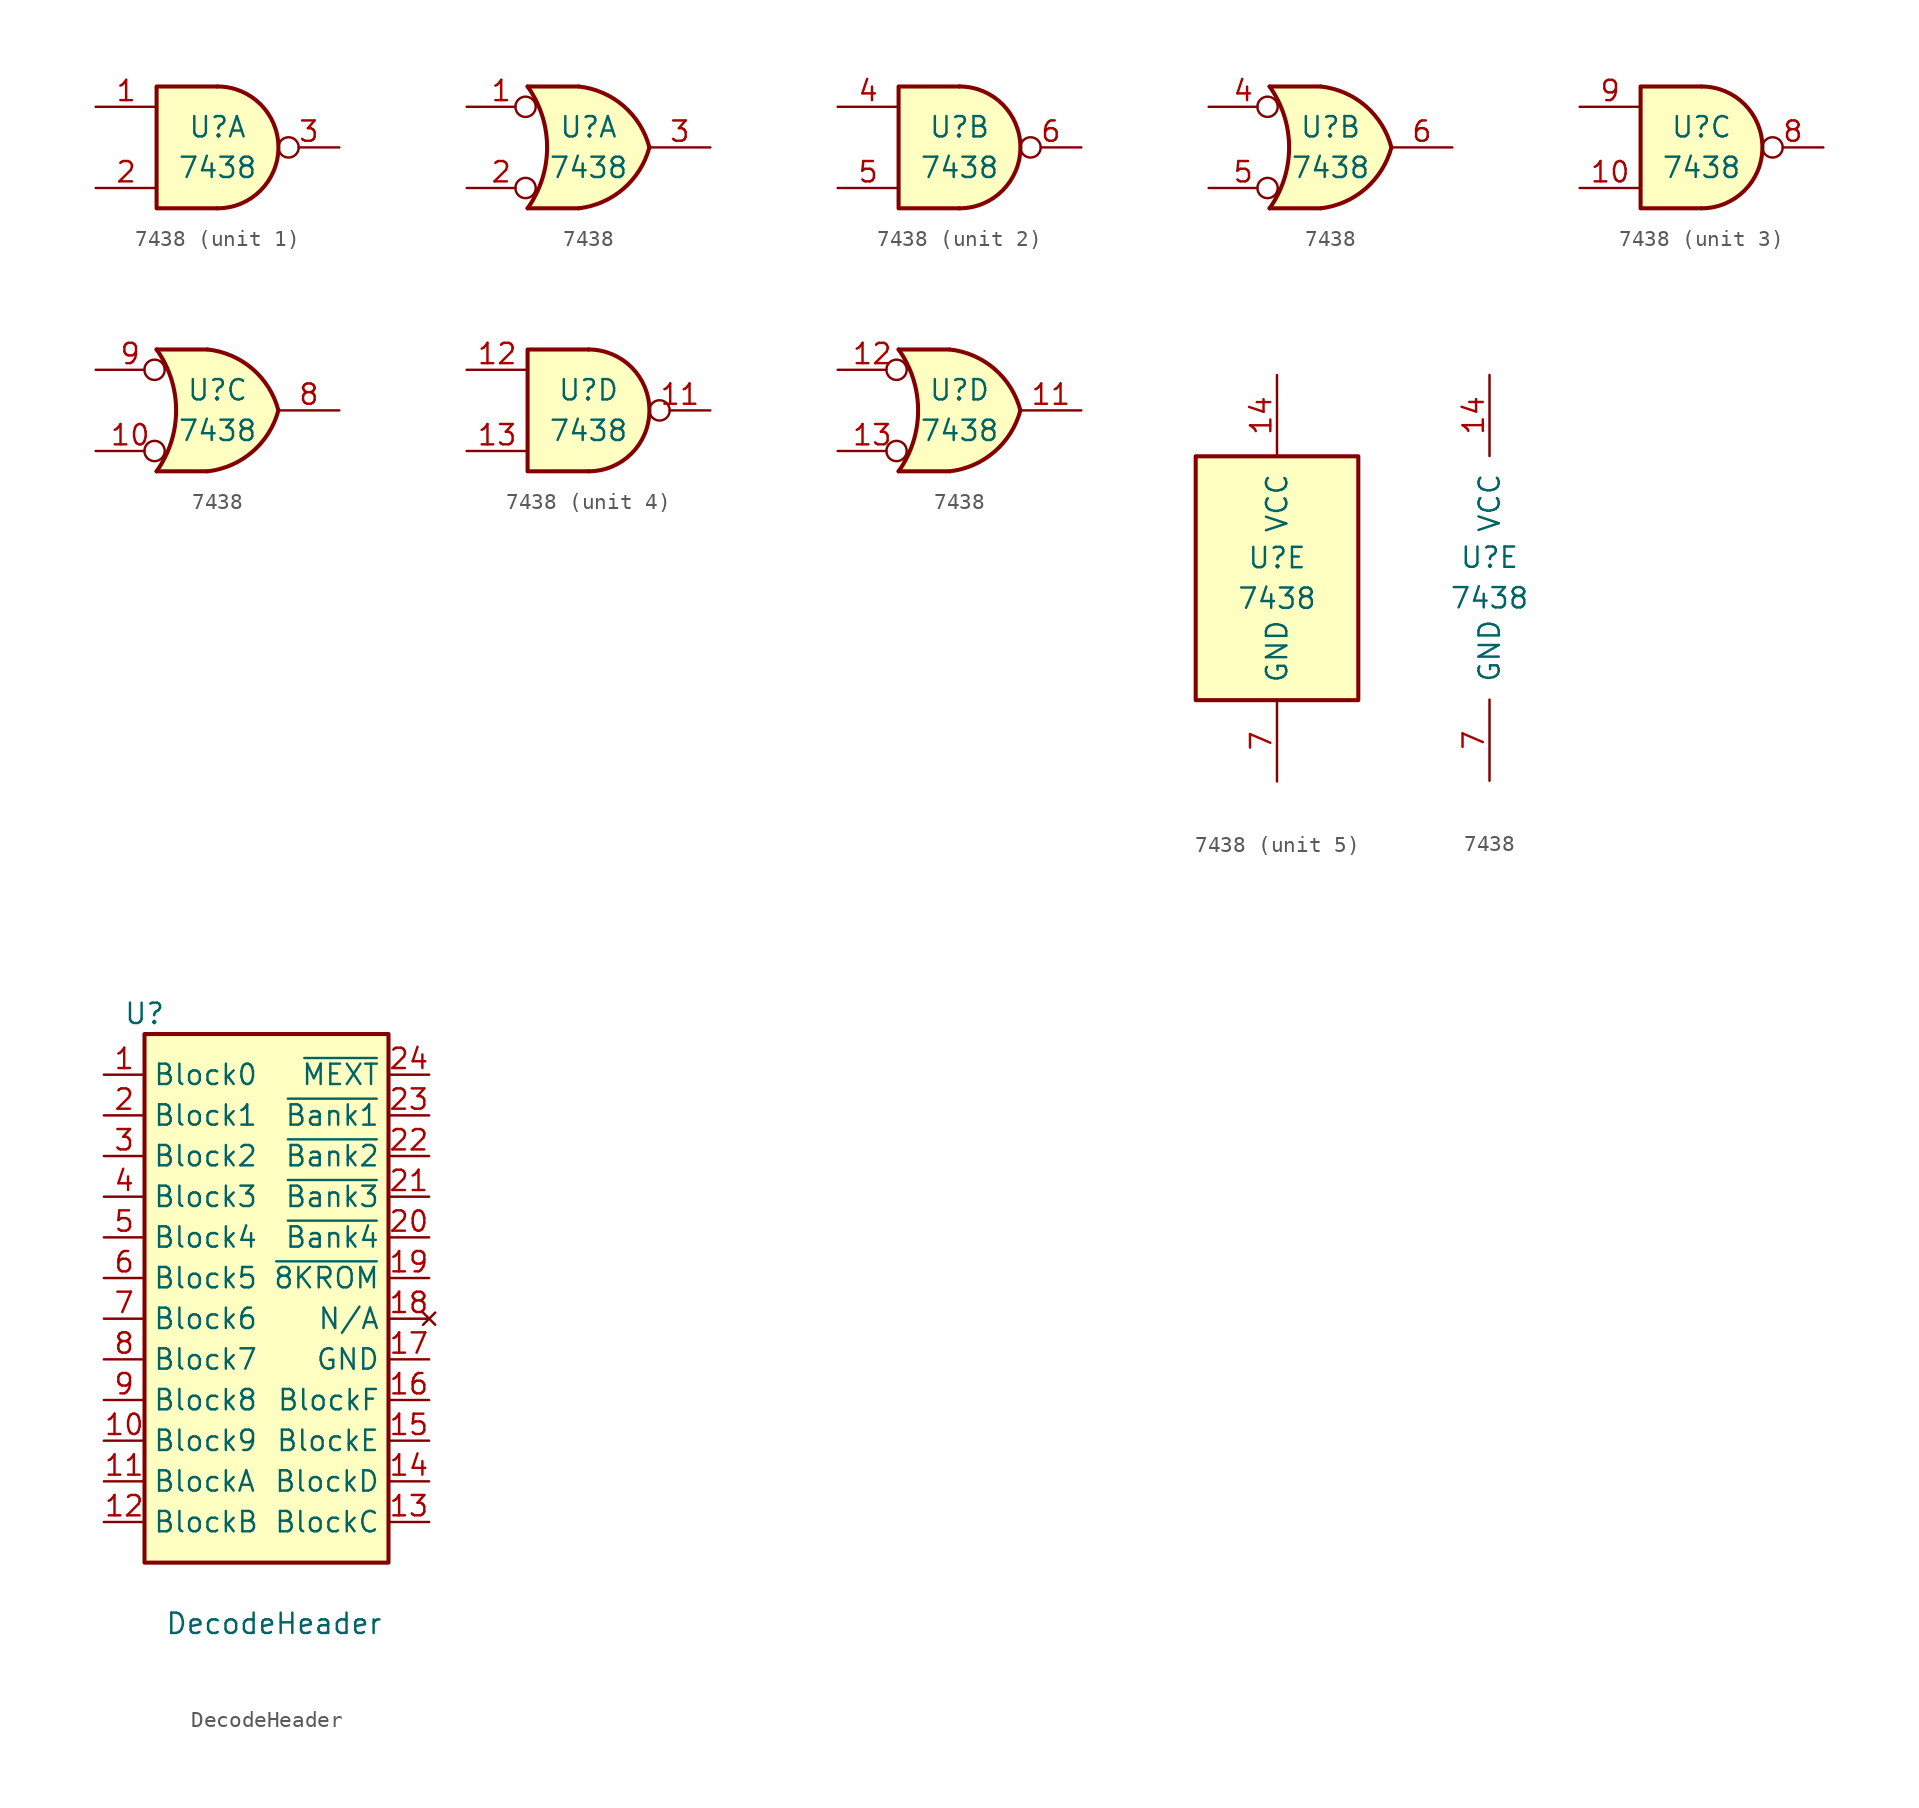
<source format=kicad_sym>
(kicad_symbol_lib
  (version 20220914)
  (generator kicad_symbol_editor)
  (symbol "7438"
    (pin_names
      (offset 1.016))
    (property "Reference" "U"
      (at 0 1.27 0)
      (effects (font (size 1.27 1.27))))
    (property "Value" "7438"
      (at 0 -1.27 0)
      (effects (font (size 1.27 1.27))))
    (property "ki_locked" ""
      (at 0 0 0)
      (effects (font (size 1.27 1.27))))
    (symbol "7438_1_1"
      (arc (start 0 -3.81) (mid 3.7934 0) (end 0 3.81) (stroke (width 0.254) (type default)) (fill (type background)))
      (polyline (pts (xy 0 3.81) (xy -3.81 3.81) (xy -3.81 -3.81) (xy 0 -3.81)) (stroke (width 0.254) (type default)) (fill (type background)))
      (pin input line (at -7.62 2.54 0) (length 3.81) (name "~" (effects (font (size 1.27 1.27)))) (number "1" (effects (font (size 1.27 1.27)))))
      (pin input line (at -7.62 -2.54 0) (length 3.81) (name "~" (effects (font (size 1.27 1.27)))) (number "2" (effects (font (size 1.27 1.27)))))
      (pin open_collector inverted (at 7.62 0 180) (length 3.81) (name "~" (effects (font (size 1.27 1.27)))) (number "3" (effects (font (size 1.27 1.27))))))
    (symbol "7438_1_2"
      (arc (start -3.81 -3.81) (mid -2.589 0) (end -3.81 3.81) (stroke (width 0.254) (type default)) (fill (type none)))
      (arc (start -0.6096 -3.81) (mid 2.1842 -2.5851) (end 3.81 0) (stroke (width 0.254) (type default)) (fill (type background)))
      (polyline (pts (xy -3.81 -3.81) (xy -0.635 -3.81)) (stroke (width 0.254) (type default)) (fill (type background)))
      (polyline (pts (xy -3.81 3.81) (xy -0.635 3.81)) (stroke (width 0.254) (type default)) (fill (type background)))
      (polyline (pts (xy -0.635 3.81) (xy -3.81 3.81) (xy -3.81 3.81) (xy -3.556 3.404) (xy -3.023 2.261) (xy -2.692 1.041) (xy -2.616 -0.254) (xy -2.769 -1.499) (xy -3.175 -2.718) (xy -3.81 -3.81) (xy -3.81 -3.81) (xy -0.635 -3.81)) (stroke (width -25.4) (type default)) (fill (type background)))
      (arc (start 3.81 0) (mid 2.1915 2.5936) (end -0.6096 3.81) (stroke (width 0.254) (type default)) (fill (type background)))
      (pin input inverted (at -7.62 2.54 0) (length 4.318) (name "~" (effects (font (size 1.27 1.27)))) (number "1" (effects (font (size 1.27 1.27)))))
      (pin input inverted (at -7.62 -2.54 0) (length 4.318) (name "~" (effects (font (size 1.27 1.27)))) (number "2" (effects (font (size 1.27 1.27)))))
      (pin open_collector line (at 7.62 0 180) (length 3.81) (name "~" (effects (font (size 1.27 1.27)))) (number "3" (effects (font (size 1.27 1.27))))))
    (symbol "7438_2_1"
      (arc (start 0 -3.81) (mid 3.7934 0) (end 0 3.81) (stroke (width 0.254) (type default)) (fill (type background)))
      (polyline (pts (xy 0 3.81) (xy -3.81 3.81) (xy -3.81 -3.81) (xy 0 -3.81)) (stroke (width 0.254) (type default)) (fill (type background)))
      (pin input line (at -7.62 2.54 0) (length 3.81) (name "~" (effects (font (size 1.27 1.27)))) (number "4" (effects (font (size 1.27 1.27)))))
      (pin input line (at -7.62 -2.54 0) (length 3.81) (name "~" (effects (font (size 1.27 1.27)))) (number "5" (effects (font (size 1.27 1.27)))))
      (pin open_collector inverted (at 7.62 0 180) (length 3.81) (name "~" (effects (font (size 1.27 1.27)))) (number "6" (effects (font (size 1.27 1.27))))))
    (symbol "7438_2_2"
      (arc (start -3.81 -3.81) (mid -2.589 0) (end -3.81 3.81) (stroke (width 0.254) (type default)) (fill (type none)))
      (arc (start -0.6096 -3.81) (mid 2.1842 -2.5851) (end 3.81 0) (stroke (width 0.254) (type default)) (fill (type background)))
      (polyline (pts (xy -3.81 -3.81) (xy -0.635 -3.81)) (stroke (width 0.254) (type default)) (fill (type background)))
      (polyline (pts (xy -3.81 3.81) (xy -0.635 3.81)) (stroke (width 0.254) (type default)) (fill (type background)))
      (polyline (pts (xy -0.635 3.81) (xy -3.81 3.81) (xy -3.81 3.81) (xy -3.556 3.404) (xy -3.023 2.261) (xy -2.692 1.041) (xy -2.616 -0.254) (xy -2.769 -1.499) (xy -3.175 -2.718) (xy -3.81 -3.81) (xy -3.81 -3.81) (xy -0.635 -3.81)) (stroke (width -25.4) (type default)) (fill (type background)))
      (arc (start 3.81 0) (mid 2.1915 2.5936) (end -0.6096 3.81) (stroke (width 0.254) (type default)) (fill (type background)))
      (pin input inverted (at -7.62 2.54 0) (length 4.318) (name "~" (effects (font (size 1.27 1.27)))) (number "4" (effects (font (size 1.27 1.27)))))
      (pin input inverted (at -7.62 -2.54 0) (length 4.318) (name "~" (effects (font (size 1.27 1.27)))) (number "5" (effects (font (size 1.27 1.27)))))
      (pin open_collector line (at 7.62 0 180) (length 3.81) (name "~" (effects (font (size 1.27 1.27)))) (number "6" (effects (font (size 1.27 1.27))))))
    (symbol "7438_3_1"
      (arc (start 0 -3.81) (mid 3.7934 0) (end 0 3.81) (stroke (width 0.254) (type default)) (fill (type background)))
      (polyline (pts (xy 0 3.81) (xy -3.81 3.81) (xy -3.81 -3.81) (xy 0 -3.81)) (stroke (width 0.254) (type default)) (fill (type background)))
      (pin input line (at -7.62 -2.54 0) (length 3.81) (name "~" (effects (font (size 1.27 1.27)))) (number "10" (effects (font (size 1.27 1.27)))))
      (pin open_collector inverted (at 7.62 0 180) (length 3.81) (name "~" (effects (font (size 1.27 1.27)))) (number "8" (effects (font (size 1.27 1.27)))))
      (pin input line (at -7.62 2.54 0) (length 3.81) (name "~" (effects (font (size 1.27 1.27)))) (number "9" (effects (font (size 1.27 1.27))))))
    (symbol "7438_3_2"
      (arc (start -3.81 -3.81) (mid -2.589 0) (end -3.81 3.81) (stroke (width 0.254) (type default)) (fill (type none)))
      (arc (start -0.6096 -3.81) (mid 2.1842 -2.5851) (end 3.81 0) (stroke (width 0.254) (type default)) (fill (type background)))
      (polyline (pts (xy -3.81 -3.81) (xy -0.635 -3.81)) (stroke (width 0.254) (type default)) (fill (type background)))
      (polyline (pts (xy -3.81 3.81) (xy -0.635 3.81)) (stroke (width 0.254) (type default)) (fill (type background)))
      (polyline (pts (xy -0.635 3.81) (xy -3.81 3.81) (xy -3.81 3.81) (xy -3.556 3.404) (xy -3.023 2.261) (xy -2.692 1.041) (xy -2.616 -0.254) (xy -2.769 -1.499) (xy -3.175 -2.718) (xy -3.81 -3.81) (xy -3.81 -3.81) (xy -0.635 -3.81)) (stroke (width -25.4) (type default)) (fill (type background)))
      (arc (start 3.81 0) (mid 2.1915 2.5936) (end -0.6096 3.81) (stroke (width 0.254) (type default)) (fill (type background)))
      (pin input inverted (at -7.62 -2.54 0) (length 4.318) (name "~" (effects (font (size 1.27 1.27)))) (number "10" (effects (font (size 1.27 1.27)))))
      (pin open_collector line (at 7.62 0 180) (length 3.81) (name "~" (effects (font (size 1.27 1.27)))) (number "8" (effects (font (size 1.27 1.27)))))
      (pin input inverted (at -7.62 2.54 0) (length 4.318) (name "~" (effects (font (size 1.27 1.27)))) (number "9" (effects (font (size 1.27 1.27))))))
    (symbol "7438_4_1"
      (arc (start 0 -3.81) (mid 3.7934 0) (end 0 3.81) (stroke (width 0.254) (type default)) (fill (type background)))
      (polyline (pts (xy 0 3.81) (xy -3.81 3.81) (xy -3.81 -3.81) (xy 0 -3.81)) (stroke (width 0.254) (type default)) (fill (type background)))
      (pin open_collector inverted (at 7.62 0 180) (length 3.81) (name "~" (effects (font (size 1.27 1.27)))) (number "11" (effects (font (size 1.27 1.27)))))
      (pin input line (at -7.62 2.54 0) (length 3.81) (name "~" (effects (font (size 1.27 1.27)))) (number "12" (effects (font (size 1.27 1.27)))))
      (pin input line (at -7.62 -2.54 0) (length 3.81) (name "~" (effects (font (size 1.27 1.27)))) (number "13" (effects (font (size 1.27 1.27))))))
    (symbol "7438_4_2"
      (arc (start -3.81 -3.81) (mid -2.589 0) (end -3.81 3.81) (stroke (width 0.254) (type default)) (fill (type none)))
      (arc (start -0.6096 -3.81) (mid 2.1842 -2.5851) (end 3.81 0) (stroke (width 0.254) (type default)) (fill (type background)))
      (polyline (pts (xy -3.81 -3.81) (xy -0.635 -3.81)) (stroke (width 0.254) (type default)) (fill (type background)))
      (polyline (pts (xy -3.81 3.81) (xy -0.635 3.81)) (stroke (width 0.254) (type default)) (fill (type background)))
      (polyline (pts (xy -0.635 3.81) (xy -3.81 3.81) (xy -3.81 3.81) (xy -3.556 3.404) (xy -3.023 2.261) (xy -2.692 1.041) (xy -2.616 -0.254) (xy -2.769 -1.499) (xy -3.175 -2.718) (xy -3.81 -3.81) (xy -3.81 -3.81) (xy -0.635 -3.81)) (stroke (width -25.4) (type default)) (fill (type background)))
      (arc (start 3.81 0) (mid 2.1915 2.5936) (end -0.6096 3.81) (stroke (width 0.254) (type default)) (fill (type background)))
      (pin open_collector line (at 7.62 0 180) (length 3.81) (name "~" (effects (font (size 1.27 1.27)))) (number "11" (effects (font (size 1.27 1.27)))))
      (pin input inverted (at -7.62 2.54 0) (length 4.318) (name "~" (effects (font (size 1.27 1.27)))) (number "12" (effects (font (size 1.27 1.27)))))
      (pin input inverted (at -7.62 -2.54 0) (length 4.318) (name "~" (effects (font (size 1.27 1.27)))) (number "13" (effects (font (size 1.27 1.27))))))
    (symbol "7438_5_0"
      (pin power_in line (at 0 12.7 270) (length 5.08) (name "VCC" (effects (font (size 1.27 1.27)))) (number "14" (effects (font (size 1.27 1.27)))))
      (pin power_in line (at 0 -12.7 90) (length 5.08) (name "GND" (effects (font (size 1.27 1.27)))) (number "7" (effects (font (size 1.27 1.27))))))
    (symbol "7438_5_1"
      (rectangle (start -5.08 7.62) (end 5.08 -7.62) (stroke (width 0.254) (type default)) (fill (type background)))))
  (symbol "DecodeHeader"
    (property "Reference" "U"
      (at -7.62 17.78 0)
      (effects (font (size 1.27 1.27))))
    (property "Value" "DecodeHeader"
      (at -6.35 -20.32 0)
      (effects (font (size 1.27 1.27)) (justify left)))
    (symbol "DecodeHeader_1_1"
      (rectangle (start -7.62 16.51) (end 7.62 -16.51) (stroke (width 0.254) (type default)) (fill (type background)))
      (pin input line (at -10.16 13.97 0) (length 2.54) (name "Block0" (effects (font (size 1.27 1.27)))) (number "1" (effects (font (size 1.27 1.27)))))
      (pin input line (at -10.16 -8.89 0) (length 2.54) (name "Block9" (effects (font (size 1.27 1.27)))) (number "10" (effects (font (size 1.27 1.27)))))
      (pin input line (at -10.16 -11.43 0) (length 2.54) (name "BlockA" (effects (font (size 1.27 1.27)))) (number "11" (effects (font (size 1.27 1.27)))))
      (pin input line (at -10.16 -13.97 0) (length 2.54) (name "BlockB" (effects (font (size 1.27 1.27)))) (number "12" (effects (font (size 1.27 1.27)))))
      (pin input line (at 10.16 -13.97 180) (length 2.54) (name "BlockC" (effects (font (size 1.27 1.27)))) (number "13" (effects (font (size 1.27 1.27)))))
      (pin input line (at 10.16 -11.43 180) (length 2.54) (name "BlockD" (effects (font (size 1.27 1.27)))) (number "14" (effects (font (size 1.27 1.27)))))
      (pin input line (at 10.16 -8.89 180) (length 2.54) (name "BlockE" (effects (font (size 1.27 1.27)))) (number "15" (effects (font (size 1.27 1.27)))))
      (pin input line (at 10.16 -6.35 180) (length 2.54) (name "BlockF" (effects (font (size 1.27 1.27)))) (number "16" (effects (font (size 1.27 1.27)))))
      (pin input line (at 10.16 -3.81 180) (length 2.54) (name "GND" (effects (font (size 1.27 1.27)))) (number "17" (effects (font (size 1.27 1.27)))))
      (pin no_connect line (at 10.16 -1.27 180) (length 2.54) (name "N/A" (effects (font (size 1.27 1.27)))) (number "18" (effects (font (size 1.27 1.27)))))
      (pin output line (at 10.16 1.27 180) (length 2.54) (name "~{8KROM}" (effects (font (size 1.27 1.27)))) (number "19" (effects (font (size 1.27 1.27)))))
      (pin input line (at -10.16 11.43 0) (length 2.54) (name "Block1" (effects (font (size 1.27 1.27)))) (number "2" (effects (font (size 1.27 1.27)))))
      (pin output line (at 10.16 3.81 180) (length 2.54) (name "~{Bank4}" (effects (font (size 1.27 1.27)))) (number "20" (effects (font (size 1.27 1.27)))))
      (pin output line (at 10.16 6.35 180) (length 2.54) (name "~{Bank3}" (effects (font (size 1.27 1.27)))) (number "21" (effects (font (size 1.27 1.27)))))
      (pin output line (at 10.16 8.89 180) (length 2.54) (name "~{Bank2}" (effects (font (size 1.27 1.27)))) (number "22" (effects (font (size 1.27 1.27)))))
      (pin output line (at 10.16 11.43 180) (length 2.54) (name "~{Bank1}" (effects (font (size 1.27 1.27)))) (number "23" (effects (font (size 1.27 1.27)))))
      (pin output line (at 10.16 13.97 180) (length 2.54) (name "~{MEXT}" (effects (font (size 1.27 1.27)))) (number "24" (effects (font (size 1.27 1.27)))))
      (pin input line (at -10.16 8.89 0) (length 2.54) (name "Block2" (effects (font (size 1.27 1.27)))) (number "3" (effects (font (size 1.27 1.27)))))
      (pin input line (at -10.16 6.35 0) (length 2.54) (name "Block3" (effects (font (size 1.27 1.27)))) (number "4" (effects (font (size 1.27 1.27)))))
      (pin input line (at -10.16 3.81 0) (length 2.54) (name "Block4" (effects (font (size 1.27 1.27)))) (number "5" (effects (font (size 1.27 1.27)))))
      (pin input line (at -10.16 1.27 0) (length 2.54) (name "Block5" (effects (font (size 1.27 1.27)))) (number "6" (effects (font (size 1.27 1.27)))))
      (pin input line (at -10.16 -1.27 0) (length 2.54) (name "Block6" (effects (font (size 1.27 1.27)))) (number "7" (effects (font (size 1.27 1.27)))))
      (pin input line (at -10.16 -3.81 0) (length 2.54) (name "Block7" (effects (font (size 1.27 1.27)))) (number "8" (effects (font (size 1.27 1.27)))))
      (pin input line (at -10.16 -6.35 0) (length 2.54) (name "Block8" (effects (font (size 1.27 1.27)))) (number "9" (effects (font (size 1.27 1.27))))))))
</source>
